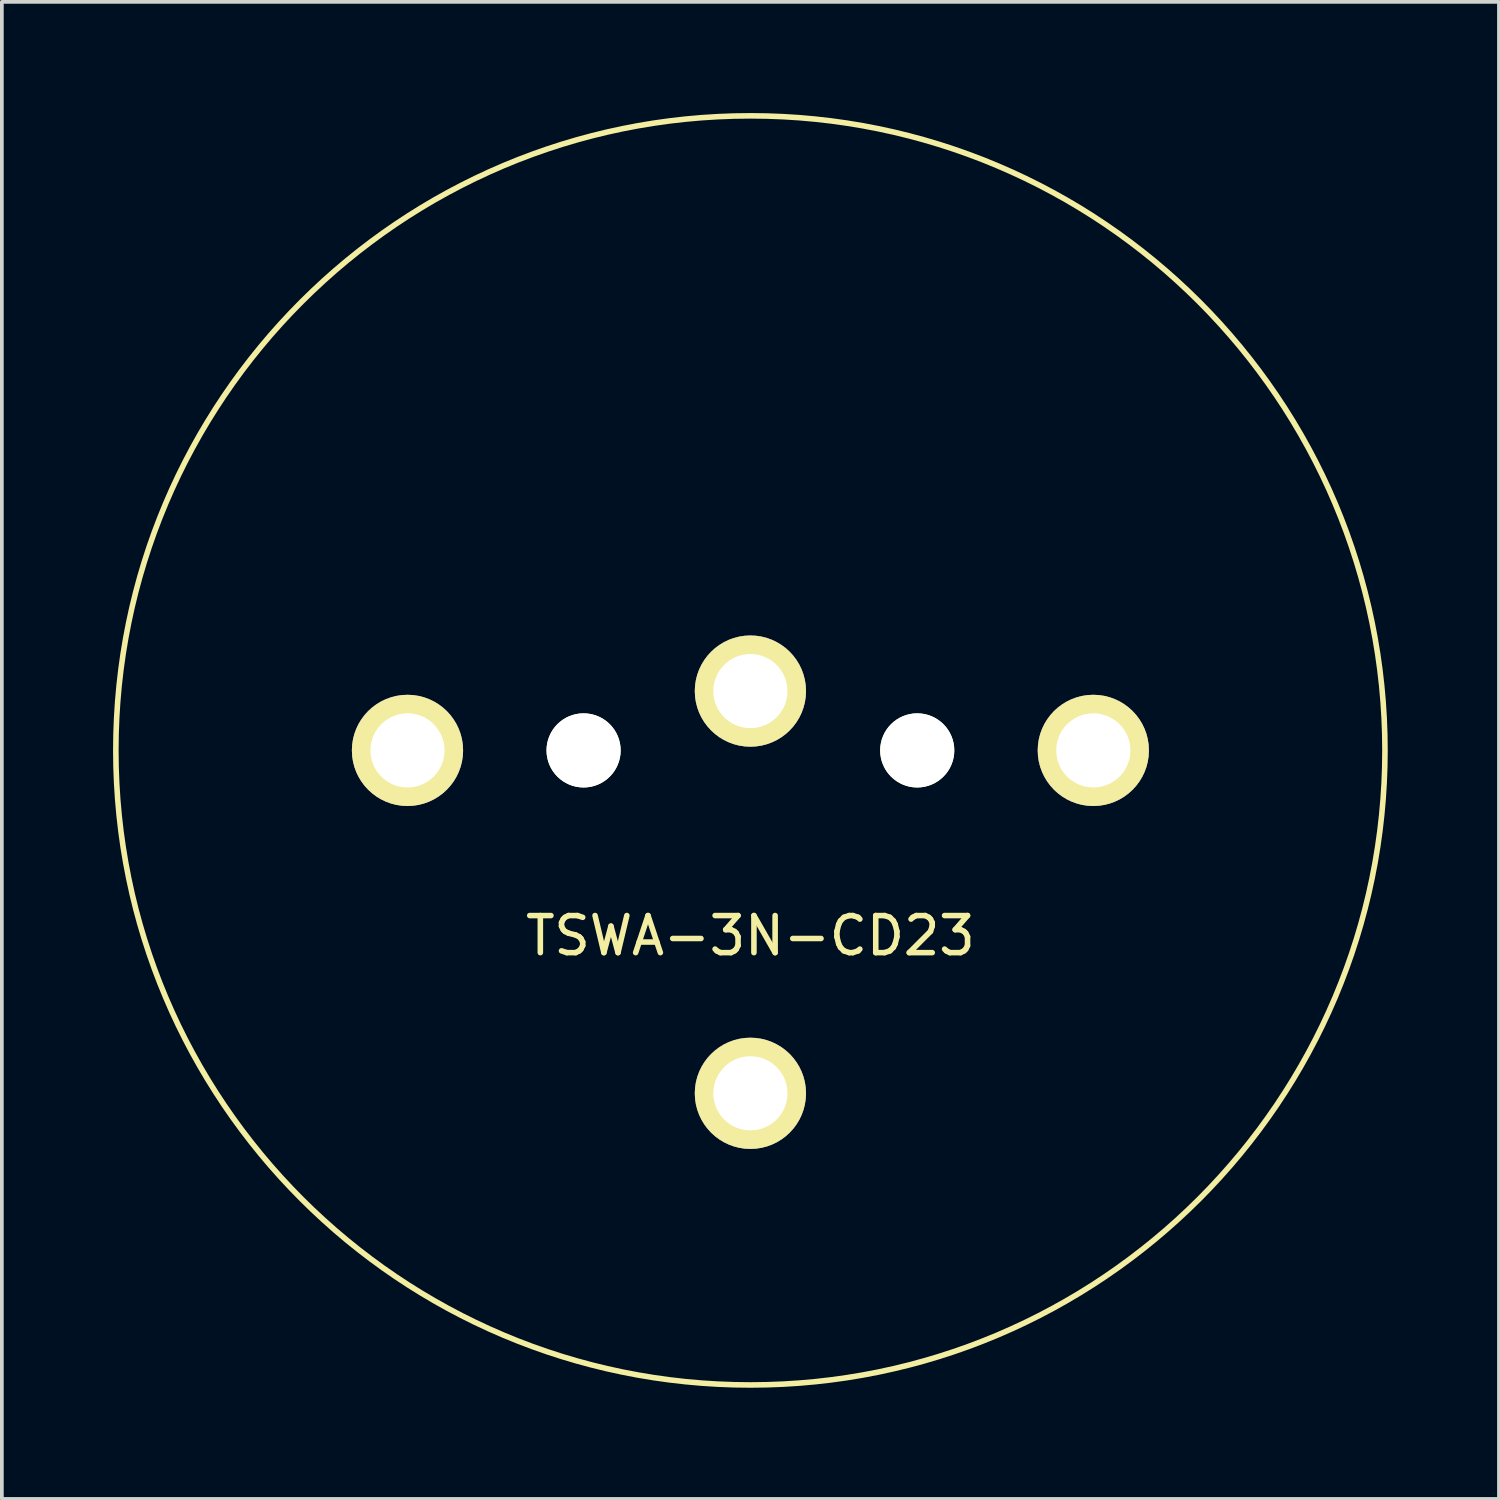
<source format=kicad_pcb>
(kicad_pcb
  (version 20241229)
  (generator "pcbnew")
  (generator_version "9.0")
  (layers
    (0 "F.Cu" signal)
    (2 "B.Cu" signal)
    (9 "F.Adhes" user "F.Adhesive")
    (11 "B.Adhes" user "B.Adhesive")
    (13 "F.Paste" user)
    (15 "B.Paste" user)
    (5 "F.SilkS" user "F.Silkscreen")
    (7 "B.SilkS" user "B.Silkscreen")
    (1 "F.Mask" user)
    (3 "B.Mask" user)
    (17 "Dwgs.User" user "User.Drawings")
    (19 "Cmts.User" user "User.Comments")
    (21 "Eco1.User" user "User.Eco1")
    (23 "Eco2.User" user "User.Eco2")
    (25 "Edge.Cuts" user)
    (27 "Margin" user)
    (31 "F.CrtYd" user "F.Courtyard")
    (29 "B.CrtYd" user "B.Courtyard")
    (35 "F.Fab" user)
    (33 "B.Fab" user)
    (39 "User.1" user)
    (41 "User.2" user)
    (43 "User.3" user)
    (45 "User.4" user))
  (footprint "TSWA-3N-CD23"
    (layer "F.Cu")
    (at 17.192 17.192)
    (property "Reference" "TSWA-3N-CD23" (at 0 5 0) (layer "F.SilkS") (effects (font (size 1 1) (thickness 0.15))))
    (attr through_hole)
    (fp_circle (center 0 0) (end -17 2) (stroke (width 0.15) (type solid)) (fill no) (layer "F.SilkS"))
    (pad "" np_thru_hole circle (at -4.5 0) (size 2 2) (drill 2) (layers "*.Cu" "*.Mask" "F.SilkS"))
    (pad "" np_thru_hole circle (at 4.5 0) (size 2 2) (drill 2) (layers "*.Cu" "*.Mask" "F.SilkS"))
    (pad "1" thru_hole circle (at -9.25 0) (size 3 3) (drill 2) (layers "*.Cu" "*.Mask" "F.SilkS"))
    (pad "2" thru_hole circle (at 0 9.25) (size 3 3) (drill 2) (layers "*.Cu" "*.Mask" "F.SilkS"))
    (pad "3" thru_hole circle (at 0 -1.6) (size 3 3) (drill 2) (layers "*.Cu" "*.Mask" "F.SilkS"))
    (pad "4" thru_hole circle (at 9.25 0) (size 3 3) (drill 2) (layers "*.Cu" "*.Mask" "F.SilkS")))
  (gr_rect
    (start -3 -3)
    (end 37.384 37.384)
    (stroke (width 0.1) (type default))
    (fill no)
    (layer "Edge.Cuts")))
</source>
